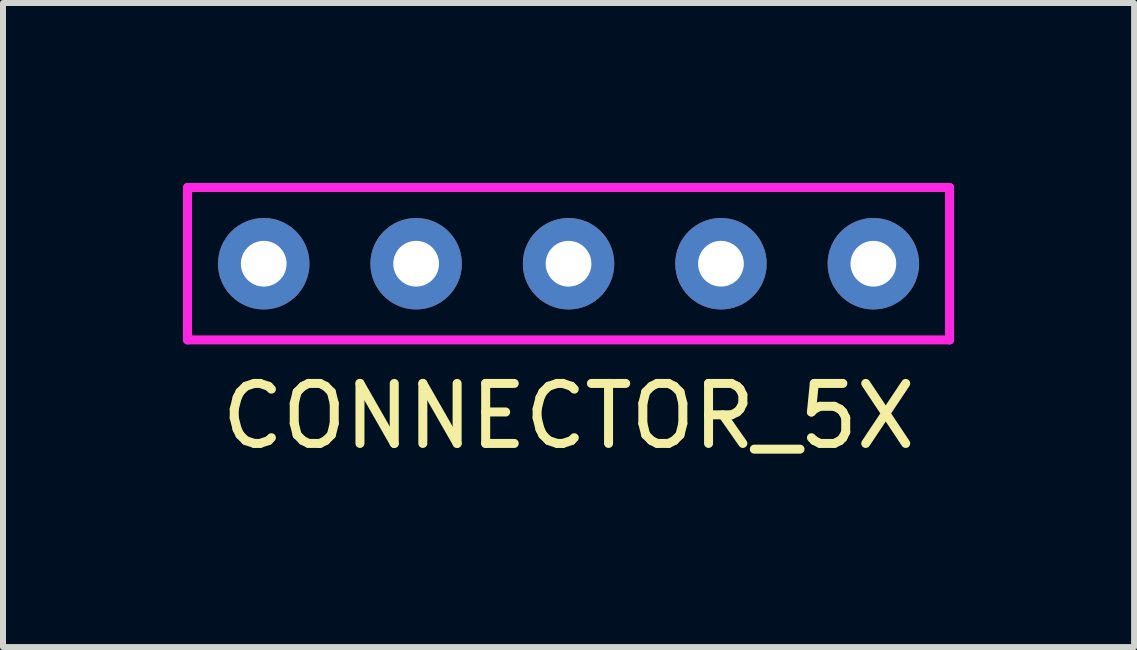
<source format=kicad_pcb>
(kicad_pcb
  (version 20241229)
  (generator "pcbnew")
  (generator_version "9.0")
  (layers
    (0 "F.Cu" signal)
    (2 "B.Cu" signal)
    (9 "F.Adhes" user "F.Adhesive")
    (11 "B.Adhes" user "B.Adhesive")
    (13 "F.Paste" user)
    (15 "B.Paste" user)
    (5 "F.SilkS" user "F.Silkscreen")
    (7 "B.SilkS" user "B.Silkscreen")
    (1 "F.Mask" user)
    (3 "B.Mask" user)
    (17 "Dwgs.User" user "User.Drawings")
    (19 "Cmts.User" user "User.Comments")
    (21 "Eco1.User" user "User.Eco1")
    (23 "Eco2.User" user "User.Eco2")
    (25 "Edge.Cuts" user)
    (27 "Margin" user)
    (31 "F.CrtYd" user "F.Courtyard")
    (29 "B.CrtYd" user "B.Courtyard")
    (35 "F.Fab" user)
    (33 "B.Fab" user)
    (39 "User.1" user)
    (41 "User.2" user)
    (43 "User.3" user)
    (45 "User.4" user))
  (footprint "CONNECTOR_5X"
    (layer "F.Cu")
    (at 6.425 1.345)
    (property "Reference" "CONNECTOR_5X" (at 0 2.54 0) (layer "F.SilkS") (effects (font (size 1 1) (thickness 0.15))))
    (attr through_hole)
    (fp_line (start -6.35 -1.27) (end -6.35 1.27) (stroke (width 0.15) (type solid)) (layer "F.CrtYd"))
    (fp_line (start -6.35 1.27) (end 6.35 1.27) (stroke (width 0.15) (type solid)) (layer "F.CrtYd"))
    (fp_line (start 6.35 -1.27) (end -6.35 -1.27) (stroke (width 0.15) (type solid)) (layer "F.CrtYd"))
    (fp_line (start 6.35 1.27) (end 6.35 -1.27) (stroke (width 0.15) (type solid)) (layer "F.CrtYd"))
    (pad "1" thru_hole circle (at -5.08 0) (size 1.524 1.524) (drill 0.762) (layers "*.Cu" "*.Mask"))
    (pad "2" thru_hole circle (at -2.54 0) (size 1.524 1.524) (drill 0.762) (layers "*.Cu" "*.Mask"))
    (pad "3" thru_hole circle (at 0 0) (size 1.524 1.524) (drill 0.762) (layers "*.Cu" "*.Mask"))
    (pad "4" thru_hole circle (at 2.54 0) (size 1.524 1.524) (drill 0.762) (layers "*.Cu" "*.Mask"))
    (pad "5" thru_hole circle (at 5.08 0) (size 1.524 1.524) (drill 0.762) (layers "*.Cu" "*.Mask")))
  (gr_rect
    (start -3 -3)
    (end 15.85 7.733)
    (stroke (width 0.1) (type default))
    (fill no)
    (layer "Edge.Cuts")))
</source>
